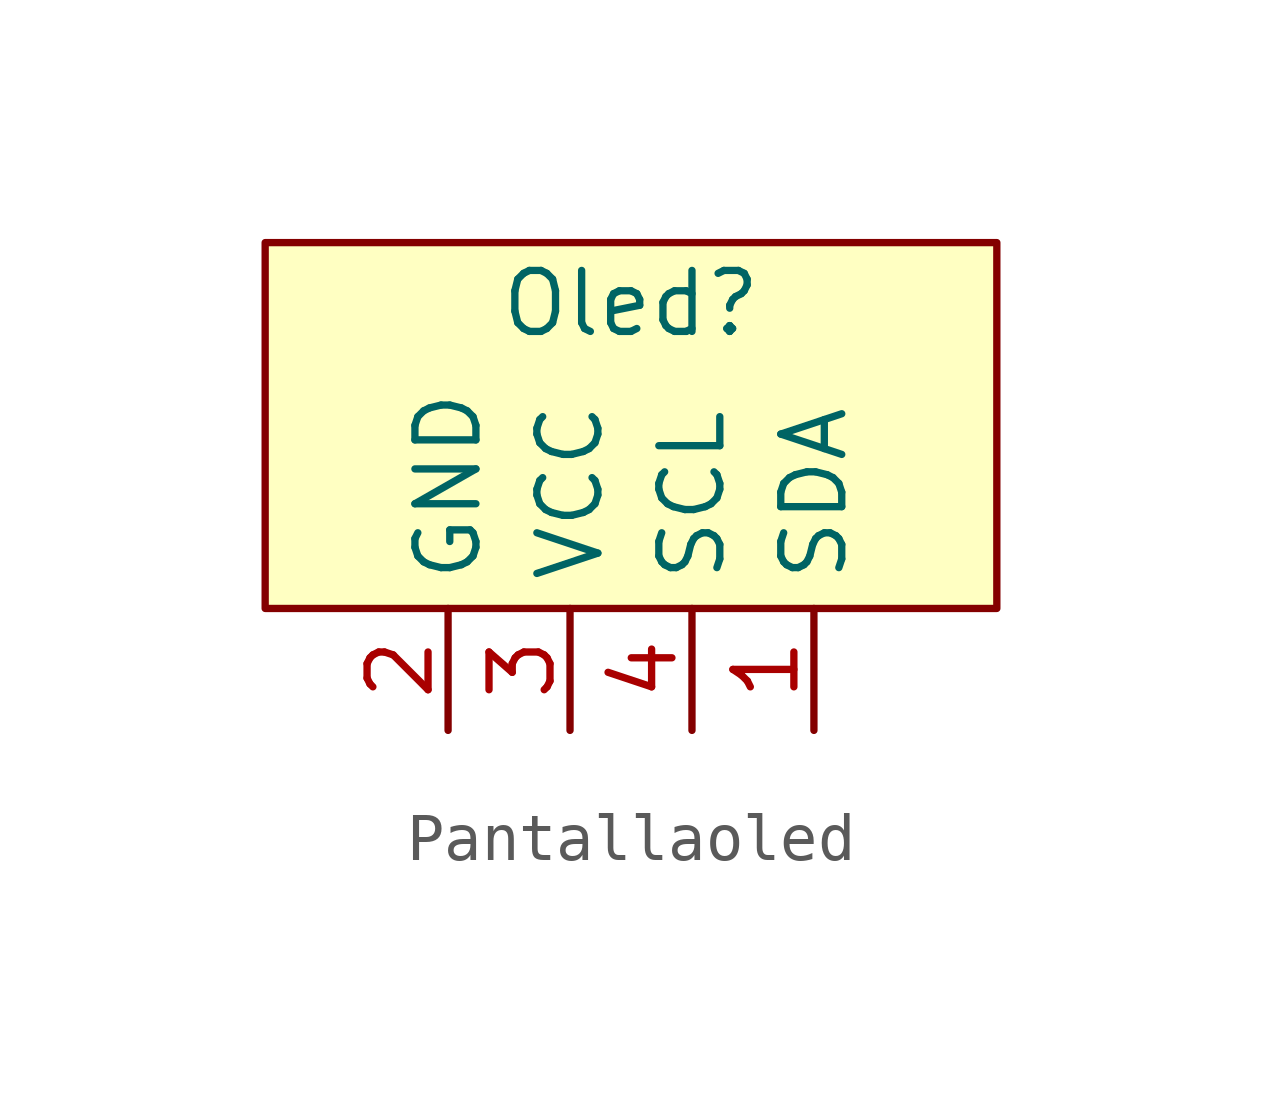
<source format=kicad_sym>
(kicad_symbol_lib
  (version 20220914)
  (generator kicad_symbol_editor)
  (symbol "Pantallaoled"
    (property "Reference" "Oled"
      (at 0 10.16 0)
      (effects (font (size 1.27 1.27))))
    (property "Value" ""
      (at 0 8.89 0)
      (effects (font (size 1.27 1.27))))
    (symbol "Pantallaoled_1_1"
      (rectangle (start 7.62 3.81) (end -7.62 11.43) (stroke (width 0) (type default)) (fill (type background)))
      (pin input line (at 3.81 1.27 90) (length 2.54) (name "SDA" (effects (font (size 1.27 1.27)))) (number "1" (effects (font (size 1.27 1.27)))))
      (pin input line (at -3.81 1.27 90) (length 2.54) (name "GND" (effects (font (size 1.27 1.27)))) (number "2" (effects (font (size 1.27 1.27)))))
      (pin input line (at -1.27 1.27 90) (length 2.54) (name "VCC" (effects (font (size 1.27 1.27)))) (number "3" (effects (font (size 1.27 1.27)))))
      (pin input line (at 1.27 1.27 90) (length 2.54) (name "SCL" (effects (font (size 1.27 1.27)))) (number "4" (effects (font (size 1.27 1.27))))))))
</source>
